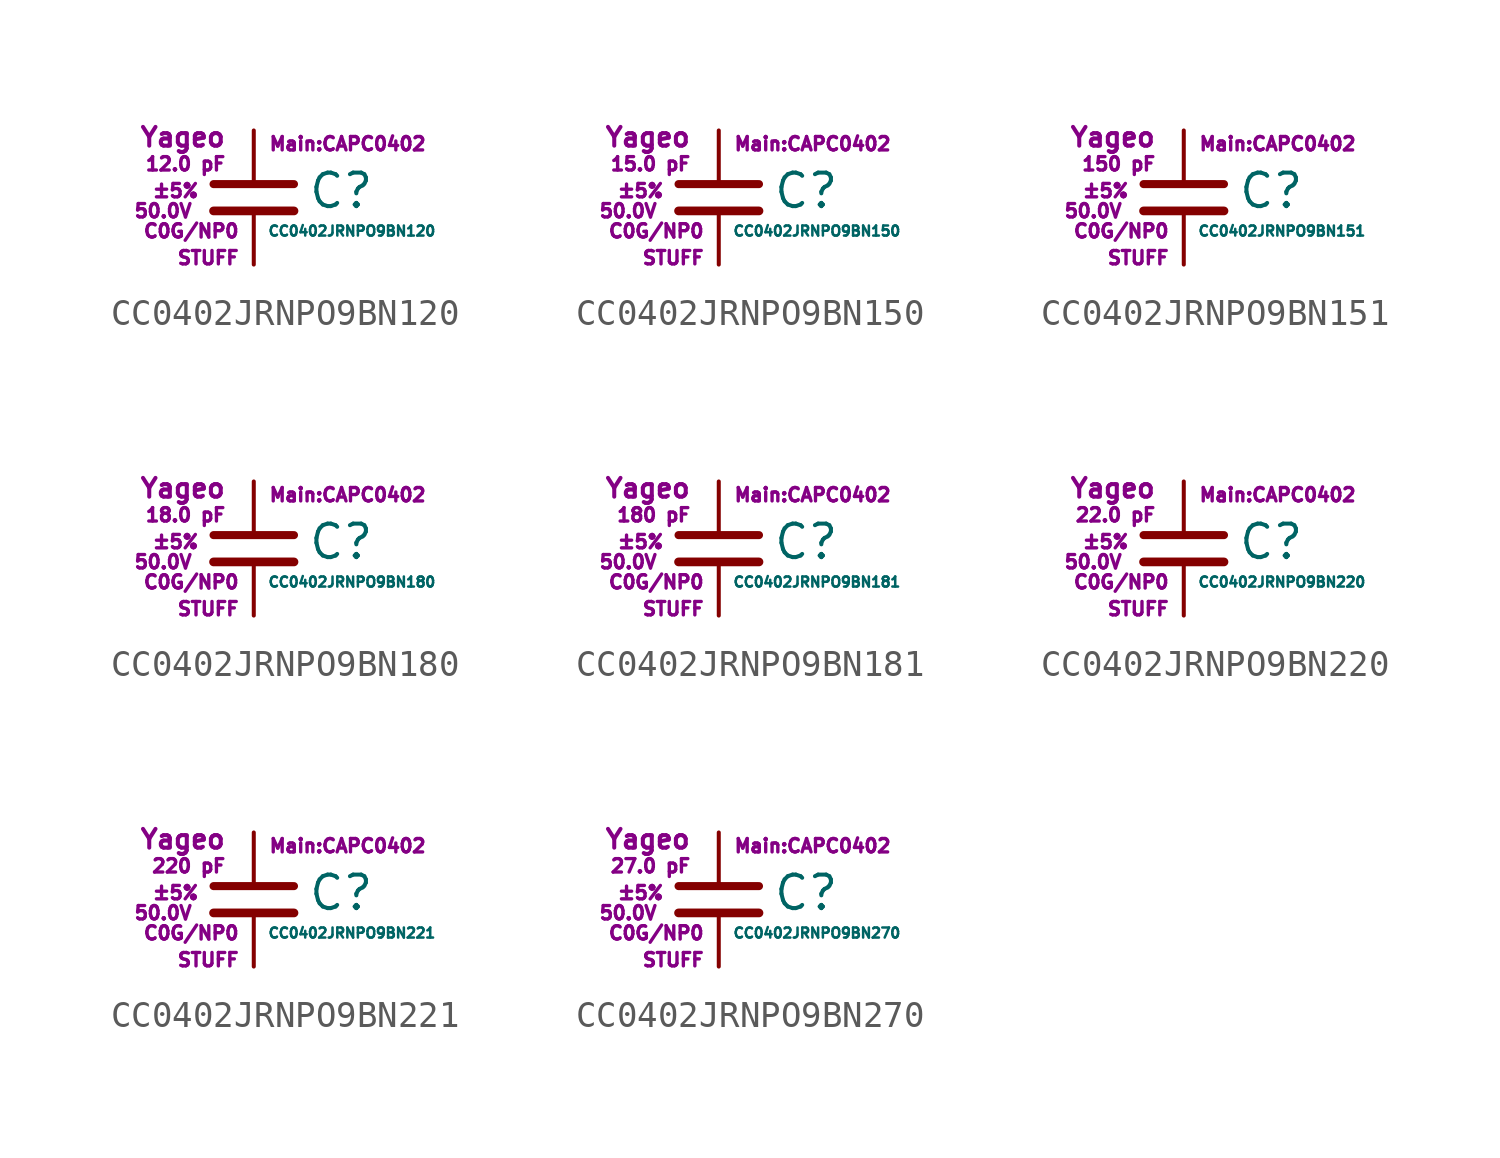
<source format=kicad_sym>
(kicad_symbol_lib
  (version 20211014)
  (generator kicad_symbol_editor)
  (symbol "CC0402JRNPO9BN120"
    (pin_numbers hide)
    (pin_names
      (offset 0.254) hide)
    (property "Reference" "C"
      (at 2.032 0.254 0)
      (effects (font (size 1.27 1.27)) (justify left)))
    (property "Value" "CC0402JRNPO9BN120"
      (at 0.508 -1.27 0)
      (effects (font (size 0.381 0.381)) (justify left)))
    (property "Footprint" "Main:CAPC0402"
      (at 3.556 2.032 0)
      (effects (font (size 0.508 0.508))))
    (property "Datasheet" ""
      (at 0.762 0.508 0)
      (effects (font (size 1.27 1.27))))
    (property "Manufacturer" "Yageo"
      (at -1.016 2.286 0)
      (effects (font (size 0.711 0.711)) (justify right)))
    (property "SKU" "STUFF"
      (at -0.508 -2.286 0)
      (effects (font (size 0.508 0.508)) (justify right)))
    (property "C" "12.0 pF"
      (at -1.016 1.27 0)
      (effects (font (size 0.508 0.508)) (justify right)))
    (property "Tol" "±5%"
      (at -2.032 0.254 0)
      (effects (font (size 0.508 0.508)) (justify right)))
    (property "Vmax" "50.0V"
      (at -2.286 -0.508 0)
      (effects (font (size 0.508 0.508)) (justify right)))
    (property "Type" "C0G/NP0"
      (at -0.508 -1.27 0)
      (effects (font (size 0.508 0.508)) (justify right)))
    (symbol "CC0402JRNPO9BN120_0_1"
      (polyline (pts (xy -1.524 -0.508) (xy 1.524 -0.508)) (stroke (width 0.33) (type default) (color 0 0 0 0)) (fill (type none)))
      (polyline (pts (xy -1.524 0.508) (xy 1.524 0.508)) (stroke (width 0.305) (type default) (color 0 0 0 0)) (fill (type none))))
    (symbol "CC0402JRNPO9BN120_1_1"
      (pin passive line (at 0 2.54 270) (length 1.905) (name "~" (effects (font (size 1.016 1.016)))) (number "1" (effects (font (size 1.016 1.016)))))
      (pin passive line (at 0 -2.54 90) (length 2.032) (name "~" (effects (font (size 1.016 1.016)))) (number "2" (effects (font (size 1.016 1.016)))))))
  (symbol "CC0402JRNPO9BN150"
    (pin_numbers hide)
    (pin_names
      (offset 0.254) hide)
    (property "Reference" "C"
      (at 2.032 0.254 0)
      (effects (font (size 1.27 1.27)) (justify left)))
    (property "Value" "CC0402JRNPO9BN150"
      (at 0.508 -1.27 0)
      (effects (font (size 0.381 0.381)) (justify left)))
    (property "Footprint" "Main:CAPC0402"
      (at 3.556 2.032 0)
      (effects (font (size 0.508 0.508))))
    (property "Datasheet" ""
      (at 0.762 0.508 0)
      (effects (font (size 1.27 1.27))))
    (property "Manufacturer" "Yageo"
      (at -1.016 2.286 0)
      (effects (font (size 0.711 0.711)) (justify right)))
    (property "SKU" "STUFF"
      (at -0.508 -2.286 0)
      (effects (font (size 0.508 0.508)) (justify right)))
    (property "C" "15.0 pF"
      (at -1.016 1.27 0)
      (effects (font (size 0.508 0.508)) (justify right)))
    (property "Tol" "±5%"
      (at -2.032 0.254 0)
      (effects (font (size 0.508 0.508)) (justify right)))
    (property "Vmax" "50.0V"
      (at -2.286 -0.508 0)
      (effects (font (size 0.508 0.508)) (justify right)))
    (property "Type" "C0G/NP0"
      (at -0.508 -1.27 0)
      (effects (font (size 0.508 0.508)) (justify right)))
    (symbol "CC0402JRNPO9BN150_0_1"
      (polyline (pts (xy -1.524 -0.508) (xy 1.524 -0.508)) (stroke (width 0.33) (type default) (color 0 0 0 0)) (fill (type none)))
      (polyline (pts (xy -1.524 0.508) (xy 1.524 0.508)) (stroke (width 0.305) (type default) (color 0 0 0 0)) (fill (type none))))
    (symbol "CC0402JRNPO9BN150_1_1"
      (pin passive line (at 0 2.54 270) (length 1.905) (name "~" (effects (font (size 1.016 1.016)))) (number "1" (effects (font (size 1.016 1.016)))))
      (pin passive line (at 0 -2.54 90) (length 2.032) (name "~" (effects (font (size 1.016 1.016)))) (number "2" (effects (font (size 1.016 1.016)))))))
  (symbol "CC0402JRNPO9BN151"
    (pin_numbers hide)
    (pin_names
      (offset 0.254) hide)
    (property "Reference" "C"
      (at 2.032 0.254 0)
      (effects (font (size 1.27 1.27)) (justify left)))
    (property "Value" "CC0402JRNPO9BN151"
      (at 0.508 -1.27 0)
      (effects (font (size 0.381 0.381)) (justify left)))
    (property "Footprint" "Main:CAPC0402"
      (at 3.556 2.032 0)
      (effects (font (size 0.508 0.508))))
    (property "Datasheet" ""
      (at 0.762 0.508 0)
      (effects (font (size 1.27 1.27))))
    (property "Manufacturer" "Yageo"
      (at -1.016 2.286 0)
      (effects (font (size 0.711 0.711)) (justify right)))
    (property "SKU" "STUFF"
      (at -0.508 -2.286 0)
      (effects (font (size 0.508 0.508)) (justify right)))
    (property "C" "150 pF"
      (at -1.016 1.27 0)
      (effects (font (size 0.508 0.508)) (justify right)))
    (property "Tol" "±5%"
      (at -2.032 0.254 0)
      (effects (font (size 0.508 0.508)) (justify right)))
    (property "Vmax" "50.0V"
      (at -2.286 -0.508 0)
      (effects (font (size 0.508 0.508)) (justify right)))
    (property "Type" "C0G/NP0"
      (at -0.508 -1.27 0)
      (effects (font (size 0.508 0.508)) (justify right)))
    (symbol "CC0402JRNPO9BN151_0_1"
      (polyline (pts (xy -1.524 -0.508) (xy 1.524 -0.508)) (stroke (width 0.33) (type default) (color 0 0 0 0)) (fill (type none)))
      (polyline (pts (xy -1.524 0.508) (xy 1.524 0.508)) (stroke (width 0.305) (type default) (color 0 0 0 0)) (fill (type none))))
    (symbol "CC0402JRNPO9BN151_1_1"
      (pin passive line (at 0 2.54 270) (length 1.905) (name "~" (effects (font (size 1.016 1.016)))) (number "1" (effects (font (size 1.016 1.016)))))
      (pin passive line (at 0 -2.54 90) (length 2.032) (name "~" (effects (font (size 1.016 1.016)))) (number "2" (effects (font (size 1.016 1.016)))))))
  (symbol "CC0402JRNPO9BN180"
    (pin_numbers hide)
    (pin_names
      (offset 0.254) hide)
    (property "Reference" "C"
      (at 2.032 0.254 0)
      (effects (font (size 1.27 1.27)) (justify left)))
    (property "Value" "CC0402JRNPO9BN180"
      (at 0.508 -1.27 0)
      (effects (font (size 0.381 0.381)) (justify left)))
    (property "Footprint" "Main:CAPC0402"
      (at 3.556 2.032 0)
      (effects (font (size 0.508 0.508))))
    (property "Datasheet" ""
      (at 0.762 0.508 0)
      (effects (font (size 1.27 1.27))))
    (property "Manufacturer" "Yageo"
      (at -1.016 2.286 0)
      (effects (font (size 0.711 0.711)) (justify right)))
    (property "SKU" "STUFF"
      (at -0.508 -2.286 0)
      (effects (font (size 0.508 0.508)) (justify right)))
    (property "C" "18.0 pF"
      (at -1.016 1.27 0)
      (effects (font (size 0.508 0.508)) (justify right)))
    (property "Tol" "±5%"
      (at -2.032 0.254 0)
      (effects (font (size 0.508 0.508)) (justify right)))
    (property "Vmax" "50.0V"
      (at -2.286 -0.508 0)
      (effects (font (size 0.508 0.508)) (justify right)))
    (property "Type" "C0G/NP0"
      (at -0.508 -1.27 0)
      (effects (font (size 0.508 0.508)) (justify right)))
    (symbol "CC0402JRNPO9BN180_0_1"
      (polyline (pts (xy -1.524 -0.508) (xy 1.524 -0.508)) (stroke (width 0.33) (type default) (color 0 0 0 0)) (fill (type none)))
      (polyline (pts (xy -1.524 0.508) (xy 1.524 0.508)) (stroke (width 0.305) (type default) (color 0 0 0 0)) (fill (type none))))
    (symbol "CC0402JRNPO9BN180_1_1"
      (pin passive line (at 0 2.54 270) (length 1.905) (name "~" (effects (font (size 1.016 1.016)))) (number "1" (effects (font (size 1.016 1.016)))))
      (pin passive line (at 0 -2.54 90) (length 2.032) (name "~" (effects (font (size 1.016 1.016)))) (number "2" (effects (font (size 1.016 1.016)))))))
  (symbol "CC0402JRNPO9BN181"
    (pin_numbers hide)
    (pin_names
      (offset 0.254) hide)
    (property "Reference" "C"
      (at 2.032 0.254 0)
      (effects (font (size 1.27 1.27)) (justify left)))
    (property "Value" "CC0402JRNPO9BN181"
      (at 0.508 -1.27 0)
      (effects (font (size 0.381 0.381)) (justify left)))
    (property "Footprint" "Main:CAPC0402"
      (at 3.556 2.032 0)
      (effects (font (size 0.508 0.508))))
    (property "Datasheet" ""
      (at 0.762 0.508 0)
      (effects (font (size 1.27 1.27))))
    (property "Manufacturer" "Yageo"
      (at -1.016 2.286 0)
      (effects (font (size 0.711 0.711)) (justify right)))
    (property "SKU" "STUFF"
      (at -0.508 -2.286 0)
      (effects (font (size 0.508 0.508)) (justify right)))
    (property "C" "180 pF"
      (at -1.016 1.27 0)
      (effects (font (size 0.508 0.508)) (justify right)))
    (property "Tol" "±5%"
      (at -2.032 0.254 0)
      (effects (font (size 0.508 0.508)) (justify right)))
    (property "Vmax" "50.0V"
      (at -2.286 -0.508 0)
      (effects (font (size 0.508 0.508)) (justify right)))
    (property "Type" "C0G/NP0"
      (at -0.508 -1.27 0)
      (effects (font (size 0.508 0.508)) (justify right)))
    (symbol "CC0402JRNPO9BN181_0_1"
      (polyline (pts (xy -1.524 -0.508) (xy 1.524 -0.508)) (stroke (width 0.33) (type default) (color 0 0 0 0)) (fill (type none)))
      (polyline (pts (xy -1.524 0.508) (xy 1.524 0.508)) (stroke (width 0.305) (type default) (color 0 0 0 0)) (fill (type none))))
    (symbol "CC0402JRNPO9BN181_1_1"
      (pin passive line (at 0 2.54 270) (length 1.905) (name "~" (effects (font (size 1.016 1.016)))) (number "1" (effects (font (size 1.016 1.016)))))
      (pin passive line (at 0 -2.54 90) (length 2.032) (name "~" (effects (font (size 1.016 1.016)))) (number "2" (effects (font (size 1.016 1.016)))))))
  (symbol "CC0402JRNPO9BN220"
    (pin_numbers hide)
    (pin_names
      (offset 0.254) hide)
    (property "Reference" "C"
      (at 2.032 0.254 0)
      (effects (font (size 1.27 1.27)) (justify left)))
    (property "Value" "CC0402JRNPO9BN220"
      (at 0.508 -1.27 0)
      (effects (font (size 0.381 0.381)) (justify left)))
    (property "Footprint" "Main:CAPC0402"
      (at 3.556 2.032 0)
      (effects (font (size 0.508 0.508))))
    (property "Datasheet" ""
      (at 0.762 0.508 0)
      (effects (font (size 1.27 1.27))))
    (property "Manufacturer" "Yageo"
      (at -1.016 2.286 0)
      (effects (font (size 0.711 0.711)) (justify right)))
    (property "SKU" "STUFF"
      (at -0.508 -2.286 0)
      (effects (font (size 0.508 0.508)) (justify right)))
    (property "C" "22.0 pF"
      (at -1.016 1.27 0)
      (effects (font (size 0.508 0.508)) (justify right)))
    (property "Tol" "±5%"
      (at -2.032 0.254 0)
      (effects (font (size 0.508 0.508)) (justify right)))
    (property "Vmax" "50.0V"
      (at -2.286 -0.508 0)
      (effects (font (size 0.508 0.508)) (justify right)))
    (property "Type" "C0G/NP0"
      (at -0.508 -1.27 0)
      (effects (font (size 0.508 0.508)) (justify right)))
    (symbol "CC0402JRNPO9BN220_0_1"
      (polyline (pts (xy -1.524 -0.508) (xy 1.524 -0.508)) (stroke (width 0.33) (type default) (color 0 0 0 0)) (fill (type none)))
      (polyline (pts (xy -1.524 0.508) (xy 1.524 0.508)) (stroke (width 0.305) (type default) (color 0 0 0 0)) (fill (type none))))
    (symbol "CC0402JRNPO9BN220_1_1"
      (pin passive line (at 0 2.54 270) (length 1.905) (name "~" (effects (font (size 1.016 1.016)))) (number "1" (effects (font (size 1.016 1.016)))))
      (pin passive line (at 0 -2.54 90) (length 2.032) (name "~" (effects (font (size 1.016 1.016)))) (number "2" (effects (font (size 1.016 1.016)))))))
  (symbol "CC0402JRNPO9BN221"
    (pin_numbers hide)
    (pin_names
      (offset 0.254) hide)
    (property "Reference" "C"
      (at 2.032 0.254 0)
      (effects (font (size 1.27 1.27)) (justify left)))
    (property "Value" "CC0402JRNPO9BN221"
      (at 0.508 -1.27 0)
      (effects (font (size 0.381 0.381)) (justify left)))
    (property "Footprint" "Main:CAPC0402"
      (at 3.556 2.032 0)
      (effects (font (size 0.508 0.508))))
    (property "Datasheet" ""
      (at 0.762 0.508 0)
      (effects (font (size 1.27 1.27))))
    (property "Manufacturer" "Yageo"
      (at -1.016 2.286 0)
      (effects (font (size 0.711 0.711)) (justify right)))
    (property "SKU" "STUFF"
      (at -0.508 -2.286 0)
      (effects (font (size 0.508 0.508)) (justify right)))
    (property "C" "220 pF"
      (at -1.016 1.27 0)
      (effects (font (size 0.508 0.508)) (justify right)))
    (property "Tol" "±5%"
      (at -2.032 0.254 0)
      (effects (font (size 0.508 0.508)) (justify right)))
    (property "Vmax" "50.0V"
      (at -2.286 -0.508 0)
      (effects (font (size 0.508 0.508)) (justify right)))
    (property "Type" "C0G/NP0"
      (at -0.508 -1.27 0)
      (effects (font (size 0.508 0.508)) (justify right)))
    (symbol "CC0402JRNPO9BN221_0_1"
      (polyline (pts (xy -1.524 -0.508) (xy 1.524 -0.508)) (stroke (width 0.33) (type default) (color 0 0 0 0)) (fill (type none)))
      (polyline (pts (xy -1.524 0.508) (xy 1.524 0.508)) (stroke (width 0.305) (type default) (color 0 0 0 0)) (fill (type none))))
    (symbol "CC0402JRNPO9BN221_1_1"
      (pin passive line (at 0 2.54 270) (length 1.905) (name "~" (effects (font (size 1.016 1.016)))) (number "1" (effects (font (size 1.016 1.016)))))
      (pin passive line (at 0 -2.54 90) (length 2.032) (name "~" (effects (font (size 1.016 1.016)))) (number "2" (effects (font (size 1.016 1.016)))))))
  (symbol "CC0402JRNPO9BN270"
    (pin_numbers hide)
    (pin_names
      (offset 0.254) hide)
    (property "Reference" "C"
      (at 2.032 0.254 0)
      (effects (font (size 1.27 1.27)) (justify left)))
    (property "Value" "CC0402JRNPO9BN270"
      (at 0.508 -1.27 0)
      (effects (font (size 0.381 0.381)) (justify left)))
    (property "Footprint" "Main:CAPC0402"
      (at 3.556 2.032 0)
      (effects (font (size 0.508 0.508))))
    (property "Datasheet" ""
      (at 0.762 0.508 0)
      (effects (font (size 1.27 1.27))))
    (property "Manufacturer" "Yageo"
      (at -1.016 2.286 0)
      (effects (font (size 0.711 0.711)) (justify right)))
    (property "SKU" "STUFF"
      (at -0.508 -2.286 0)
      (effects (font (size 0.508 0.508)) (justify right)))
    (property "C" "27.0 pF"
      (at -1.016 1.27 0)
      (effects (font (size 0.508 0.508)) (justify right)))
    (property "Tol" "±5%"
      (at -2.032 0.254 0)
      (effects (font (size 0.508 0.508)) (justify right)))
    (property "Vmax" "50.0V"
      (at -2.286 -0.508 0)
      (effects (font (size 0.508 0.508)) (justify right)))
    (property "Type" "C0G/NP0"
      (at -0.508 -1.27 0)
      (effects (font (size 0.508 0.508)) (justify right)))
    (symbol "CC0402JRNPO9BN270_0_1"
      (polyline (pts (xy -1.524 -0.508) (xy 1.524 -0.508)) (stroke (width 0.33) (type default) (color 0 0 0 0)) (fill (type none)))
      (polyline (pts (xy -1.524 0.508) (xy 1.524 0.508)) (stroke (width 0.305) (type default) (color 0 0 0 0)) (fill (type none))))
    (symbol "CC0402JRNPO9BN270_1_1"
      (pin passive line (at 0 2.54 270) (length 1.905) (name "~" (effects (font (size 1.016 1.016)))) (number "1" (effects (font (size 1.016 1.016)))))
      (pin passive line (at 0 -2.54 90) (length 2.032) (name "~" (effects (font (size 1.016 1.016)))) (number "2" (effects (font (size 1.016 1.016))))))))
</source>
